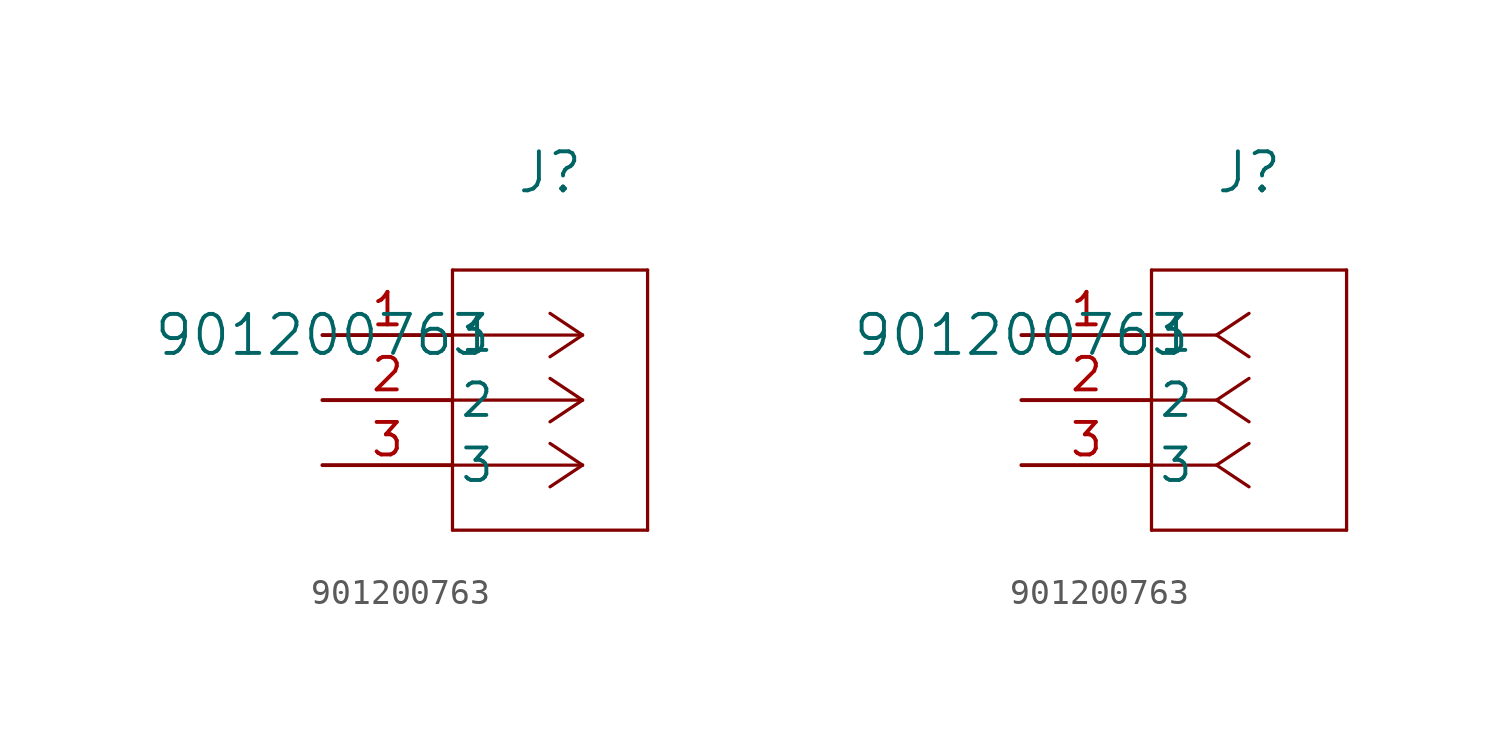
<source format=kicad_sym>
(kicad_symbol_lib
  (version 20211014)
  (generator kicad_symbol_editor)
  (symbol "901200763"
    (pin_names
      (offset 0.254))
    (property "Reference" "J"
      (at 8.89 6.35 0)
      (effects (font (size 1.524 1.524))))
    (property "Value" "901200763"
      (at 0 0 0)
      (effects (font (size 1.524 1.524))))
    (symbol "901200763_1_1"
      (polyline (pts (xy 10.16 0) (xy 5.08 0)) (stroke (width 0.127) (type default) (color 0 0 0 0)) (fill (type none)))
      (polyline (pts (xy 10.16 -2.54) (xy 5.08 -2.54)) (stroke (width 0.127) (type default) (color 0 0 0 0)) (fill (type none)))
      (polyline (pts (xy 10.16 -5.08) (xy 5.08 -5.08)) (stroke (width 0.127) (type default) (color 0 0 0 0)) (fill (type none)))
      (polyline (pts (xy 10.16 0) (xy 8.89 0.847)) (stroke (width 0.127) (type default) (color 0 0 0 0)) (fill (type none)))
      (polyline (pts (xy 10.16 -2.54) (xy 8.89 -1.693)) (stroke (width 0.127) (type default) (color 0 0 0 0)) (fill (type none)))
      (polyline (pts (xy 10.16 -5.08) (xy 8.89 -4.233)) (stroke (width 0.127) (type default) (color 0 0 0 0)) (fill (type none)))
      (polyline (pts (xy 10.16 0) (xy 8.89 -0.847)) (stroke (width 0.127) (type default) (color 0 0 0 0)) (fill (type none)))
      (polyline (pts (xy 10.16 -2.54) (xy 8.89 -3.387)) (stroke (width 0.127) (type default) (color 0 0 0 0)) (fill (type none)))
      (polyline (pts (xy 10.16 -5.08) (xy 8.89 -5.927)) (stroke (width 0.127) (type default) (color 0 0 0 0)) (fill (type none)))
      (polyline (pts (xy 5.08 2.54) (xy 5.08 -7.62)) (stroke (width 0.127) (type default) (color 0 0 0 0)) (fill (type none)))
      (polyline (pts (xy 5.08 -7.62) (xy 12.7 -7.62)) (stroke (width 0.127) (type default) (color 0 0 0 0)) (fill (type none)))
      (polyline (pts (xy 12.7 -7.62) (xy 12.7 2.54)) (stroke (width 0.127) (type default) (color 0 0 0 0)) (fill (type none)))
      (polyline (pts (xy 12.7 2.54) (xy 5.08 2.54)) (stroke (width 0.127) (type default) (color 0 0 0 0)) (fill (type none)))
      (pin unspecified line (at 0 0 0) (length 5.08) (name "1" (effects (font (size 1.27 1.27)))) (number "1" (effects (font (size 1.27 1.27)))))
      (pin unspecified line (at 0 -2.54 0) (length 5.08) (name "2" (effects (font (size 1.27 1.27)))) (number "2" (effects (font (size 1.27 1.27)))))
      (pin unspecified line (at 0 -5.08 0) (length 5.08) (name "3" (effects (font (size 1.27 1.27)))) (number "3" (effects (font (size 1.27 1.27))))))
    (symbol "901200763_1_2"
      (polyline (pts (xy 7.62 0) (xy 5.08 0)) (stroke (width 0.127) (type default) (color 0 0 0 0)) (fill (type none)))
      (polyline (pts (xy 7.62 -2.54) (xy 5.08 -2.54)) (stroke (width 0.127) (type default) (color 0 0 0 0)) (fill (type none)))
      (polyline (pts (xy 7.62 -5.08) (xy 5.08 -5.08)) (stroke (width 0.127) (type default) (color 0 0 0 0)) (fill (type none)))
      (polyline (pts (xy 7.62 0) (xy 8.89 0.847)) (stroke (width 0.127) (type default) (color 0 0 0 0)) (fill (type none)))
      (polyline (pts (xy 7.62 -2.54) (xy 8.89 -1.693)) (stroke (width 0.127) (type default) (color 0 0 0 0)) (fill (type none)))
      (polyline (pts (xy 7.62 -5.08) (xy 8.89 -4.233)) (stroke (width 0.127) (type default) (color 0 0 0 0)) (fill (type none)))
      (polyline (pts (xy 7.62 0) (xy 8.89 -0.847)) (stroke (width 0.127) (type default) (color 0 0 0 0)) (fill (type none)))
      (polyline (pts (xy 7.62 -2.54) (xy 8.89 -3.387)) (stroke (width 0.127) (type default) (color 0 0 0 0)) (fill (type none)))
      (polyline (pts (xy 7.62 -5.08) (xy 8.89 -5.927)) (stroke (width 0.127) (type default) (color 0 0 0 0)) (fill (type none)))
      (polyline (pts (xy 5.08 2.54) (xy 5.08 -7.62)) (stroke (width 0.127) (type default) (color 0 0 0 0)) (fill (type none)))
      (polyline (pts (xy 5.08 -7.62) (xy 12.7 -7.62)) (stroke (width 0.127) (type default) (color 0 0 0 0)) (fill (type none)))
      (polyline (pts (xy 12.7 -7.62) (xy 12.7 2.54)) (stroke (width 0.127) (type default) (color 0 0 0 0)) (fill (type none)))
      (polyline (pts (xy 12.7 2.54) (xy 5.08 2.54)) (stroke (width 0.127) (type default) (color 0 0 0 0)) (fill (type none)))
      (pin unspecified line (at 0 0 0) (length 5.08) (name "1" (effects (font (size 1.27 1.27)))) (number "1" (effects (font (size 1.27 1.27)))))
      (pin unspecified line (at 0 -2.54 0) (length 5.08) (name "2" (effects (font (size 1.27 1.27)))) (number "2" (effects (font (size 1.27 1.27)))))
      (pin unspecified line (at 0 -5.08 0) (length 5.08) (name "3" (effects (font (size 1.27 1.27)))) (number "3" (effects (font (size 1.27 1.27))))))))
</source>
